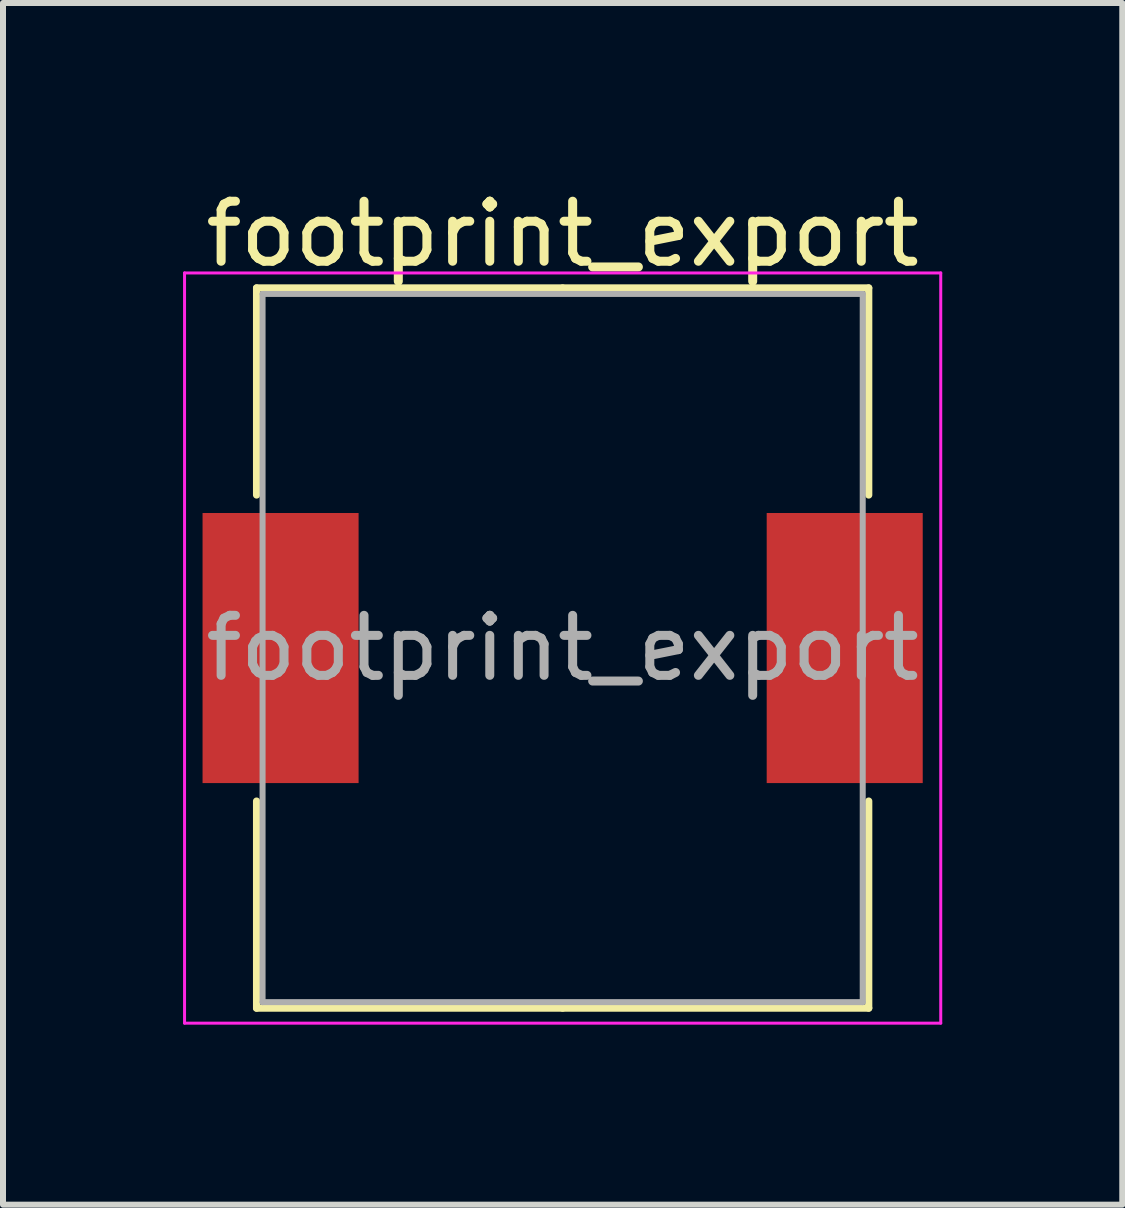
<source format=kicad_pcb>
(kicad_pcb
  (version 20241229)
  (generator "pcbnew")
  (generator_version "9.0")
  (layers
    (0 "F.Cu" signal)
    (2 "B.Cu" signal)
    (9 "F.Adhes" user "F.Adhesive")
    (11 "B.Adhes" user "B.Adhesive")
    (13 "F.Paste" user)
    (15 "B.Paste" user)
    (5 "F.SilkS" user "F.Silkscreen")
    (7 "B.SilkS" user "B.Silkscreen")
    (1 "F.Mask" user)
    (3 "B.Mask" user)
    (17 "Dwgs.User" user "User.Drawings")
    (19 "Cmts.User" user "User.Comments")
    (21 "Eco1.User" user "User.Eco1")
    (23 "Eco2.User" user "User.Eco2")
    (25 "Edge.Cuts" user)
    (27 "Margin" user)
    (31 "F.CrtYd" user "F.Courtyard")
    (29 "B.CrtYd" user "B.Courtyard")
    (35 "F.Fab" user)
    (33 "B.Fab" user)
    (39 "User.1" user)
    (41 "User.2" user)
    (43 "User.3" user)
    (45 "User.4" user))
  (footprint "footprint_export"
    (layer "F.Cu")
    (at 6.325 7.748)
    (property "Reference" "footprint_export" (at 0 -6.9 0) (layer "F.SilkS") (effects (font (size 1 1) (thickness 0.15))))
    (attr smd)
    (fp_line (start -5.1 -6) (end 0 -6) (stroke (width 0.12) (type solid)) (layer "F.SilkS"))
    (fp_line (start -5.1 -2.55) (end -5.1 -6) (stroke (width 0.12) (type solid)) (layer "F.SilkS"))
    (fp_line (start -5.1 2.55) (end -5.1 6) (stroke (width 0.12) (type solid)) (layer "F.SilkS"))
    (fp_line (start -5.1 6) (end 0 6) (stroke (width 0.12) (type solid)) (layer "F.SilkS"))
    (fp_line (start 5.1 -6) (end 0 -6) (stroke (width 0.12) (type solid)) (layer "F.SilkS"))
    (fp_line (start 5.1 -2.55) (end 5.1 -6) (stroke (width 0.12) (type solid)) (layer "F.SilkS"))
    (fp_line (start 5.1 2.55) (end 5.1 6) (stroke (width 0.12) (type solid)) (layer "F.SilkS"))
    (fp_line (start 5.1 6) (end 0 6) (stroke (width 0.12) (type solid)) (layer "F.SilkS"))
    (fp_line (start -6.3 -6.25) (end -6.3 6.25) (stroke (width 0.05) (type solid)) (layer "F.CrtYd"))
    (fp_line (start -6.3 6.25) (end 6.3 6.25) (stroke (width 0.05) (type solid)) (layer "F.CrtYd"))
    (fp_line (start 6.3 -6.25) (end -6.3 -6.25) (stroke (width 0.05) (type solid)) (layer "F.CrtYd"))
    (fp_line (start 6.3 6.25) (end 6.3 -6.25) (stroke (width 0.05) (type solid)) (layer "F.CrtYd"))
    (fp_line (start -5 -5.9) (end -5 5.9) (stroke (width 0.1) (type solid)) (layer "F.Fab"))
    (fp_line (start -5 5.9) (end 5 5.9) (stroke (width 0.1) (type solid)) (layer "F.Fab"))
    (fp_line (start 5 -5.9) (end -5 -5.9) (stroke (width 0.1) (type solid)) (layer "F.Fab"))
    (fp_line (start 5 5.9) (end 5 -5.9) (stroke (width 0.1) (type solid)) (layer "F.Fab"))
    (fp_text user "${REFERENCE}" (at 0 0 0) (layer "F.Fab") (effects (font (size 1 1) (thickness 0.15))))
    (pad "1" smd rect (at -4.7 0) (size 2.6 4.5) (layers "F.Cu" "F.Mask" "F.Paste"))
    (pad "2" smd rect (at 4.7 0) (size 2.6 4.5) (layers "F.Cu" "F.Mask" "F.Paste")))
  (gr_rect
    (start -3 -3)
    (end 15.65 17.023)
    (stroke (width 0.1) (type default))
    (fill no)
    (layer "Edge.Cuts")))
</source>
